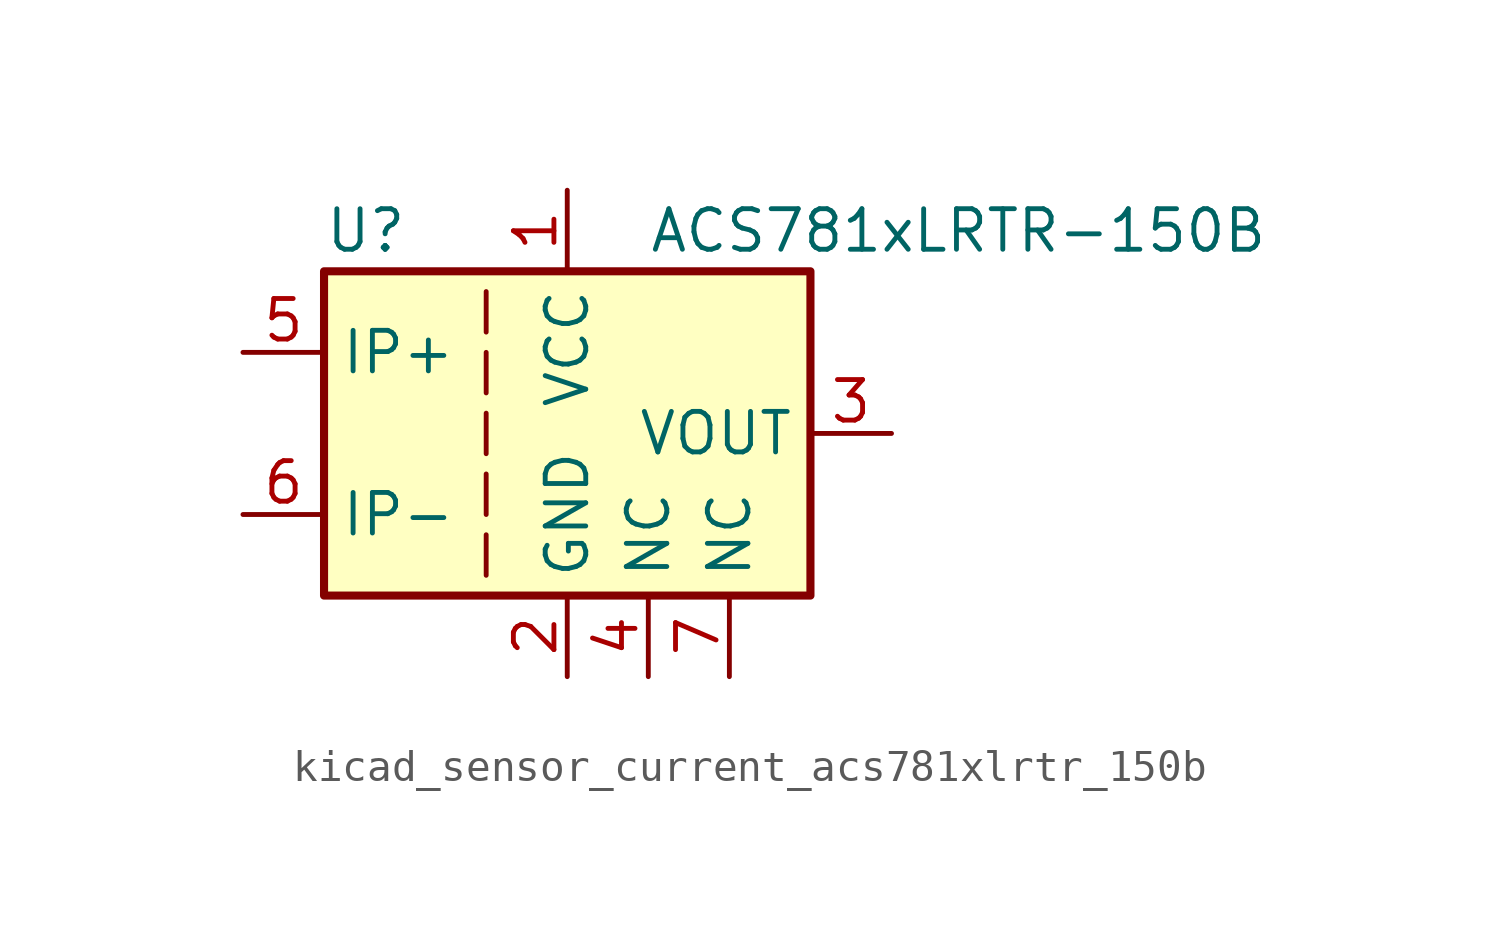
<source format=kicad_sym>
(kicad_symbol_lib
  (version 20220914)
  (generator kicad_symbol_editor)
  (symbol "kicad_sensor_current_acs781xlrtr_150b"
    (property "Reference" "U"
      (at -7.62 6.35 0)
      (effects (font (size 1.27 1.27)) (justify left)))
    (property "Value" "ACS781xLRTR-150B"
      (at 2.54 6.35 0)
      (effects (font (size 1.27 1.27)) (justify left)))
    (symbol "kicad_sensor_current_acs781xlrtr_150b_0_1"
      (rectangle (start -7.62 5.08) (end 7.62 -5.08) (stroke (width 0.254) (type default)) (fill (type background)))
      (polyline (pts (xy -2.54 -3.175) (xy -2.54 -4.445)) (stroke (width 0) (type default)) (fill (type none)))
      (polyline (pts (xy -2.54 -1.27) (xy -2.54 -2.54)) (stroke (width 0) (type default)) (fill (type none)))
      (polyline (pts (xy -2.54 0.635) (xy -2.54 -0.635)) (stroke (width 0) (type default)) (fill (type none)))
      (polyline (pts (xy -2.54 1.27) (xy -2.54 2.54)) (stroke (width 0) (type default)) (fill (type none)))
      (polyline (pts (xy -2.54 3.175) (xy -2.54 4.445)) (stroke (width 0) (type default)) (fill (type none))))
    (symbol "kicad_sensor_current_acs781xlrtr_150b_1_1"
      (pin power_in line (at 0 7.62 270) (length 2.54) (name "VCC" (effects (font (size 1.27 1.27)))) (number "1" (effects (font (size 1.27 1.27)))))
      (pin power_in line (at 0 -7.62 90) (length 2.54) (name "GND" (effects (font (size 1.27 1.27)))) (number "2" (effects (font (size 1.27 1.27)))))
      (pin output line (at 10.16 0 180) (length 2.54) (name "VOUT" (effects (font (size 1.27 1.27)))) (number "3" (effects (font (size 1.27 1.27)))))
      (pin passive line (at 2.54 -7.62 90) (length 2.54) (name "NC" (effects (font (size 1.27 1.27)))) (number "4" (effects (font (size 1.27 1.27)))))
      (pin passive line (at -10.16 2.54 0) (length 2.54) (name "IP+" (effects (font (size 1.27 1.27)))) (number "5" (effects (font (size 1.27 1.27)))))
      (pin passive line (at -10.16 -2.54 0) (length 2.54) (name "IP-" (effects (font (size 1.27 1.27)))) (number "6" (effects (font (size 1.27 1.27)))))
      (pin passive line (at 5.08 -7.62 90) (length 2.54) (name "NC" (effects (font (size 1.27 1.27)))) (number "7" (effects (font (size 1.27 1.27))))))))
</source>
